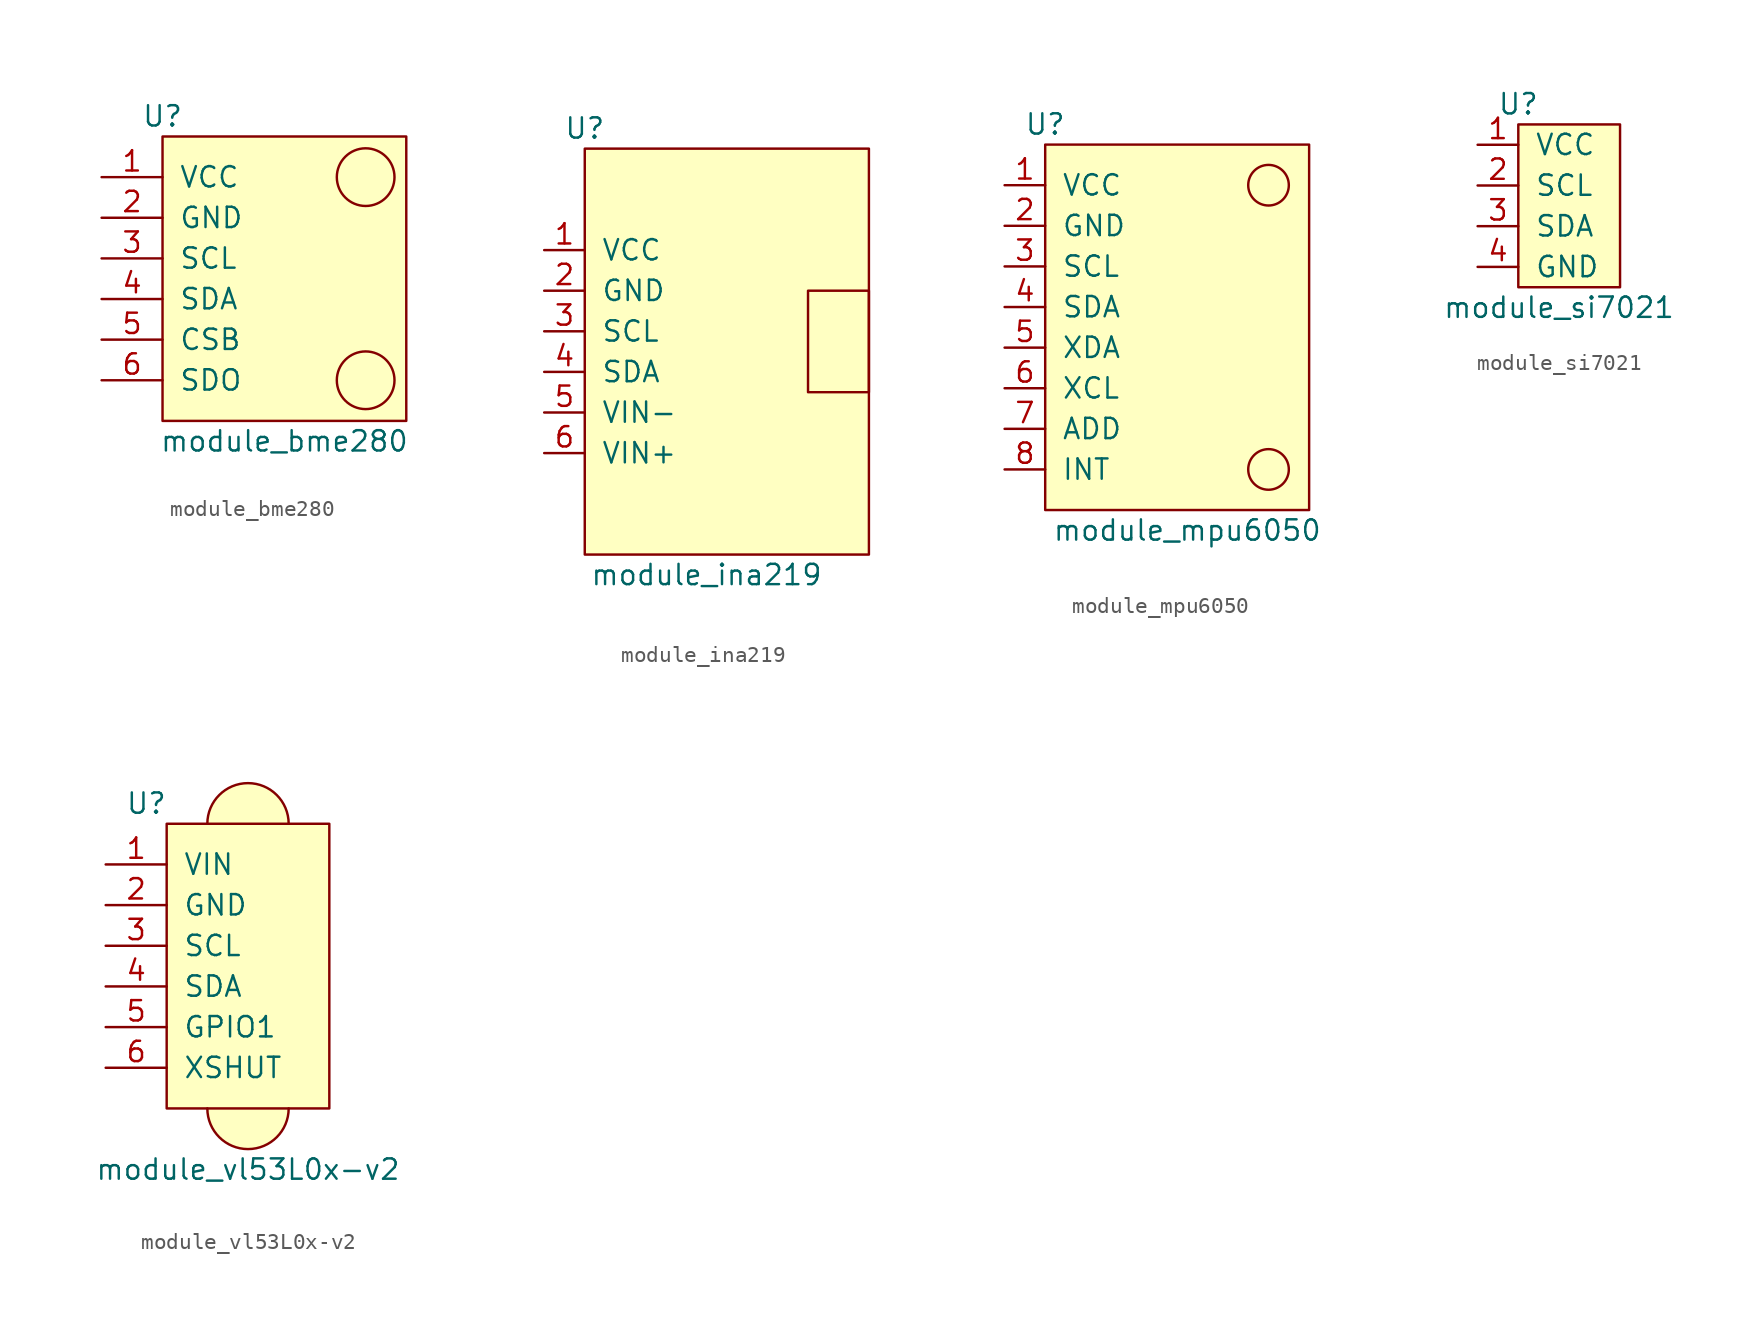
<source format=kicad_sym>
(kicad_symbol_lib
  (version 20211014)
  (generator kicad_symbol_editor)
  (symbol "module_bme280"
    (pin_names
      (offset 1.016))
    (property "Reference" "U"
      (at 3.81 11.43 0)
      (effects (font (size 1.27 1.27))))
    (property "Value" "module_bme280"
      (at 11.43 -8.89 0)
      (effects (font (size 1.27 1.27))))
    (symbol "module_bme280_0_1"
      (rectangle (start 3.81 -7.62) (end 19.05 10.16) (stroke (width 0) (type default) (color 0 0 0 0)) (fill (type background)))
      (circle (center 16.51 -5.08) (radius 1.803) (stroke (width 0) (type default) (color 0 0 0 0)) (fill (type none)))
      (circle (center 16.51 7.62) (radius 1.803) (stroke (width 0) (type default) (color 0 0 0 0)) (fill (type none))))
    (symbol "module_bme280_1_1"
      (pin passive line (at 0 7.62 0) (length 3.81) (name "VCC" (effects (font (size 1.27 1.27)))) (number "1" (effects (font (size 1.27 1.27)))))
      (pin passive line (at 0 5.08 0) (length 3.81) (name "GND" (effects (font (size 1.27 1.27)))) (number "2" (effects (font (size 1.27 1.27)))))
      (pin passive line (at 0 2.54 0) (length 3.81) (name "SCL" (effects (font (size 1.27 1.27)))) (number "3" (effects (font (size 1.27 1.27)))))
      (pin passive line (at 0 0 0) (length 3.81) (name "SDA" (effects (font (size 1.27 1.27)))) (number "4" (effects (font (size 1.27 1.27)))))
      (pin passive line (at 0 -2.54 0) (length 3.81) (name "CSB" (effects (font (size 1.27 1.27)))) (number "5" (effects (font (size 1.27 1.27)))))
      (pin passive line (at 0 -5.08 0) (length 3.81) (name "SDO" (effects (font (size 1.27 1.27)))) (number "6" (effects (font (size 1.27 1.27)))))))
  (symbol "module_ina219"
    (pin_names
      (offset 1.016))
    (property "Reference" "U"
      (at 2.54 12.7 0)
      (effects (font (size 1.27 1.27))))
    (property "Value" "module_ina219"
      (at 10.16 -15.24 0)
      (effects (font (size 1.27 1.27))))
    (symbol "module_ina219_0_1"
      (rectangle (start 2.54 11.43) (end 20.32 -13.97) (stroke (width 0) (type default) (color 0 0 0 0)) (fill (type background)))
      (rectangle (start 20.32 2.54) (end 16.51 -3.81) (stroke (width 0) (type default) (color 0 0 0 0)) (fill (type none))))
    (symbol "module_ina219_1_1"
      (pin input line (at 0 5.08 0) (length 2.54) (name "VCC" (effects (font (size 1.27 1.27)))) (number "1" (effects (font (size 1.27 1.27)))))
      (pin input line (at 0 2.54 0) (length 2.54) (name "GND" (effects (font (size 1.27 1.27)))) (number "2" (effects (font (size 1.27 1.27)))))
      (pin input line (at 0 0 0) (length 2.54) (name "SCL" (effects (font (size 1.27 1.27)))) (number "3" (effects (font (size 1.27 1.27)))))
      (pin input line (at 0 -2.54 0) (length 2.54) (name "SDA" (effects (font (size 1.27 1.27)))) (number "4" (effects (font (size 1.27 1.27)))))
      (pin input line (at 0 -5.08 0) (length 2.54) (name "VIN-" (effects (font (size 1.27 1.27)))) (number "5" (effects (font (size 1.27 1.27)))))
      (pin input line (at 0 -7.62 0) (length 2.54) (name "VIN+" (effects (font (size 1.27 1.27)))) (number "6" (effects (font (size 1.27 1.27)))))))
  (symbol "module_mpu6050"
    (pin_names
      (offset 1.016))
    (property "Reference" "U"
      (at 2.54 21.59 0)
      (effects (font (size 1.27 1.27))))
    (property "Value" "module_mpu6050"
      (at 11.43 -3.81 0)
      (effects (font (size 1.27 1.27))))
    (symbol "module_mpu6050_0_1"
      (rectangle (start 2.54 20.32) (end 19.05 -2.54) (stroke (width 0) (type default) (color 0 0 0 0)) (fill (type background)))
      (circle (center 16.51 0) (radius 1.27) (stroke (width 0) (type default) (color 0 0 0 0)) (fill (type none)))
      (circle (center 16.51 17.78) (radius 1.27) (stroke (width 0) (type default) (color 0 0 0 0)) (fill (type none))))
    (symbol "module_mpu6050_1_1"
      (pin input line (at 0 17.78 0) (length 2.54) (name "VCC" (effects (font (size 1.27 1.27)))) (number "1" (effects (font (size 1.27 1.27)))))
      (pin input line (at 0 15.24 0) (length 2.54) (name "GND" (effects (font (size 1.27 1.27)))) (number "2" (effects (font (size 1.27 1.27)))))
      (pin input line (at 0 12.7 0) (length 2.54) (name "SCL" (effects (font (size 1.27 1.27)))) (number "3" (effects (font (size 1.27 1.27)))))
      (pin input line (at 0 10.16 0) (length 2.54) (name "SDA" (effects (font (size 1.27 1.27)))) (number "4" (effects (font (size 1.27 1.27)))))
      (pin input line (at 0 7.62 0) (length 2.54) (name "XDA" (effects (font (size 1.27 1.27)))) (number "5" (effects (font (size 1.27 1.27)))))
      (pin input line (at 0 5.08 0) (length 2.54) (name "XCL" (effects (font (size 1.27 1.27)))) (number "6" (effects (font (size 1.27 1.27)))))
      (pin input line (at 0 2.54 0) (length 2.54) (name "ADD" (effects (font (size 1.27 1.27)))) (number "7" (effects (font (size 1.27 1.27)))))
      (pin input line (at 0 0 0) (length 2.54) (name "INT" (effects (font (size 1.27 1.27)))) (number "8" (effects (font (size 1.27 1.27)))))))
  (symbol "module_si7021"
    (pin_names
      (offset 1.016))
    (property "Reference" "U"
      (at 2.54 13.97 0)
      (effects (font (size 1.27 1.27))))
    (property "Value" "module_si7021"
      (at 5.08 1.27 0)
      (effects (font (size 1.27 1.27))))
    (symbol "module_si7021_0_1"
      (rectangle (start 2.54 12.7) (end 8.89 2.54) (stroke (width 0) (type default) (color 0 0 0 0)) (fill (type background))))
    (symbol "module_si7021_1_1"
      (pin input line (at 0 11.43 0) (length 2.54) (name "VCC" (effects (font (size 1.27 1.27)))) (number "1" (effects (font (size 1.27 1.27)))))
      (pin input line (at 0 8.89 0) (length 2.54) (name "SCL" (effects (font (size 1.27 1.27)))) (number "2" (effects (font (size 1.27 1.27)))))
      (pin input line (at 0 6.35 0) (length 2.54) (name "SDA" (effects (font (size 1.27 1.27)))) (number "3" (effects (font (size 1.27 1.27)))))
      (pin input line (at 0 3.81 0) (length 2.54) (name "GND" (effects (font (size 1.27 1.27)))) (number "4" (effects (font (size 1.27 1.27)))))))
  (symbol "module_vl53L0x-v2"
    (pin_names
      (offset 1.016))
    (property "Reference" "U"
      (at 2.54 1.27 0)
      (effects (font (size 1.27 1.27))))
    (property "Value" "module_vl53L0x-v2"
      (at 8.89 -21.59 0)
      (effects (font (size 1.27 1.27))))
    (symbol "module_vl53L0x-v2_0_1"
      (rectangle (start 3.81 0) (end 13.97 -17.78) (stroke (width 0) (type default) (color 0 0 0 0)) (fill (type background)))
      (arc (start 6.35 -17.78) (mid 8.89 -20.32) (end 11.43 -17.78) (stroke (width 0) (type default) (color 0 0 0 0)) (fill (type background)))
      (arc (start 11.43 0) (mid 8.89 2.54) (end 6.35 0) (stroke (width 0) (type default) (color 0 0 0 0)) (fill (type background))))
    (symbol "module_vl53L0x-v2_1_1"
      (pin passive line (at 0 -2.54 0) (length 3.81) (name "VIN" (effects (font (size 1.27 1.27)))) (number "1" (effects (font (size 1.27 1.27)))))
      (pin passive line (at 0 -5.08 0) (length 3.81) (name "GND" (effects (font (size 1.27 1.27)))) (number "2" (effects (font (size 1.27 1.27)))))
      (pin passive line (at 0 -7.62 0) (length 3.81) (name "SCL" (effects (font (size 1.27 1.27)))) (number "3" (effects (font (size 1.27 1.27)))))
      (pin passive line (at 0 -10.16 0) (length 3.81) (name "SDA" (effects (font (size 1.27 1.27)))) (number "4" (effects (font (size 1.27 1.27)))))
      (pin passive line (at 0 -12.7 0) (length 3.81) (name "GPIO1" (effects (font (size 1.27 1.27)))) (number "5" (effects (font (size 1.27 1.27)))))
      (pin passive line (at 0 -15.24 0) (length 3.81) (name "XSHUT" (effects (font (size 1.27 1.27)))) (number "6" (effects (font (size 1.27 1.27))))))))
</source>
